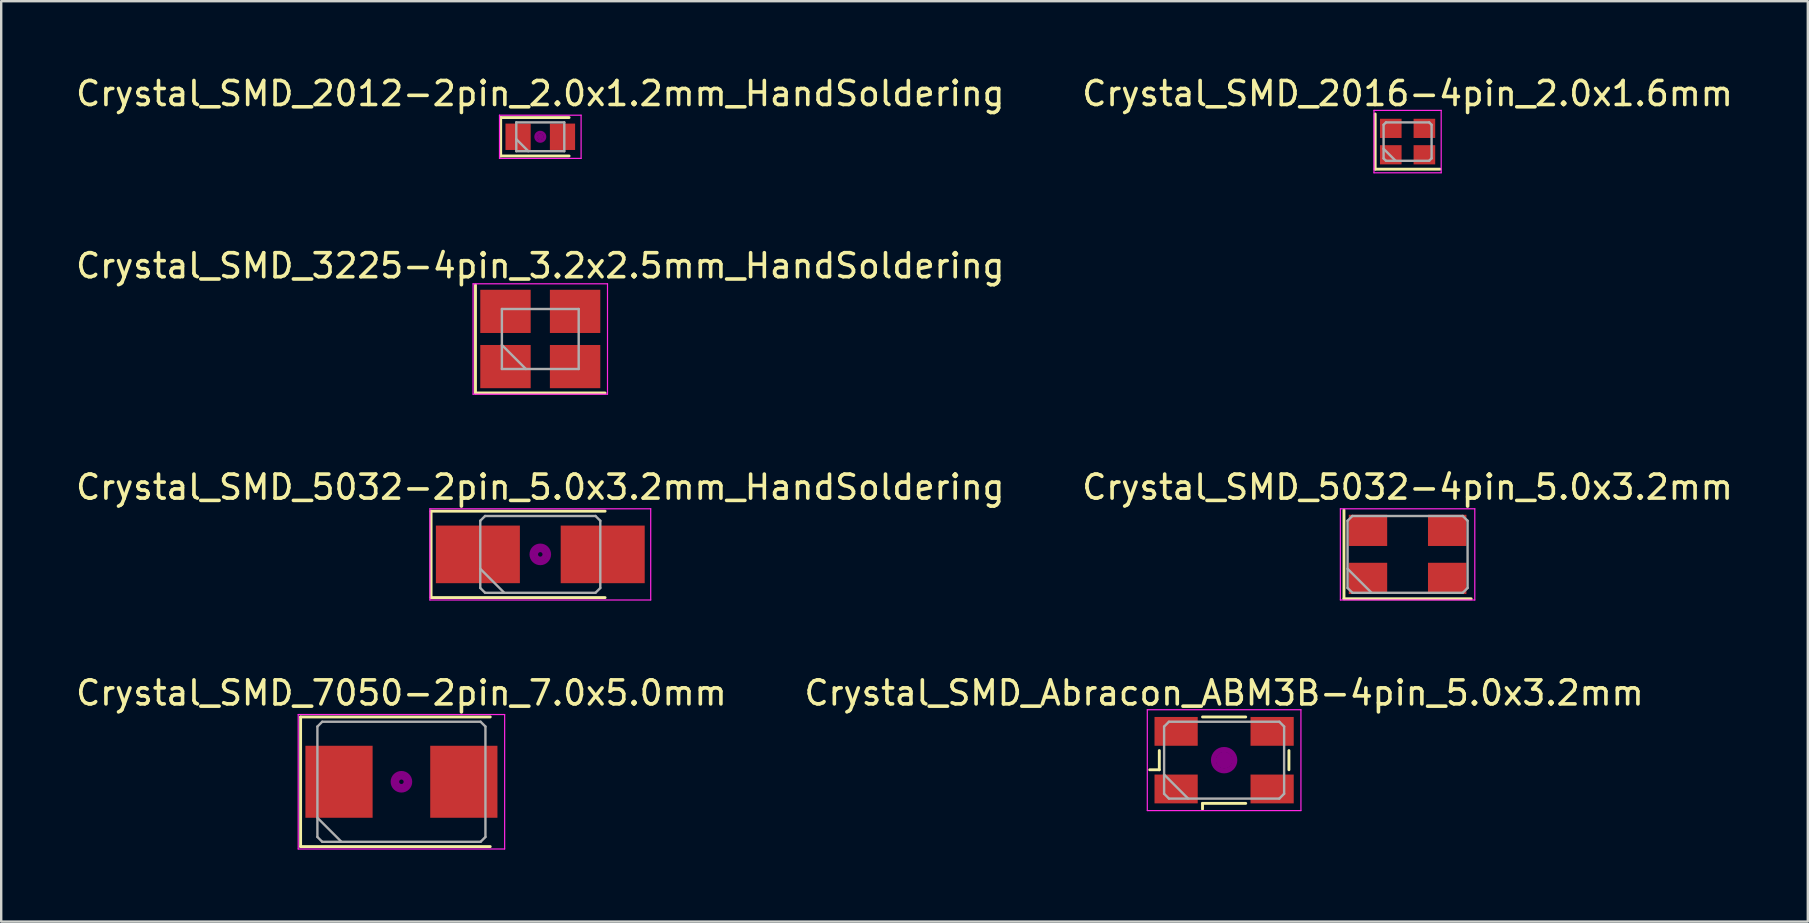
<source format=kicad_pcb>
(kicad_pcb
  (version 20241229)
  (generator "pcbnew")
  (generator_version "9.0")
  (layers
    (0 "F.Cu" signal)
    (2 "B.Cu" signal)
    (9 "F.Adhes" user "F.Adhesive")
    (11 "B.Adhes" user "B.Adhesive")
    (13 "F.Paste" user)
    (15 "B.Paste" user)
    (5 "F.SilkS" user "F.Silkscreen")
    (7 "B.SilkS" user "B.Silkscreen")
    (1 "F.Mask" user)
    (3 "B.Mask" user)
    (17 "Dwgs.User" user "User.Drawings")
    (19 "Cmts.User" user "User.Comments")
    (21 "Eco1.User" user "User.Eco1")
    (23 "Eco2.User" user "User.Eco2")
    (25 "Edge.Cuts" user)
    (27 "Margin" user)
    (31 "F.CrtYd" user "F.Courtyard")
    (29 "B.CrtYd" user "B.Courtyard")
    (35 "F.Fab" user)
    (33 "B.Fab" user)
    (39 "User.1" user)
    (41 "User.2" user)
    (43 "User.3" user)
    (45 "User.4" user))
  (footprint "Crystal_SMD_7050-2pin_7.0x5.0mm"
    (layer "F.Cu")
    (at 13.673 29.518)
    (property "Reference" "Crystal_SMD_7050-2pin_7.0x5.0mm" (at 0 -3.7 0) (layer "F.SilkS") (effects (font (size 1 1) (thickness 0.15))))
    (attr smd)
    (fp_line (start -4.2 -2.7) (end -4.2 2.7) (stroke (width 0.12) (type solid)) (layer "F.SilkS"))
    (fp_line (start -4.2 2.7) (end 3.7 2.7) (stroke (width 0.12) (type solid)) (layer "F.SilkS"))
    (fp_line (start 3.7 -2.7) (end -4.2 -2.7) (stroke (width 0.12) (type solid)) (layer "F.SilkS"))
    (fp_circle (center 0 0) (end 0.093 0) (stroke (width 0.187) (type solid)) (fill no) (layer "F.Adhes"))
    (fp_circle (center 0 0) (end 0.213 0) (stroke (width 0.133) (type solid)) (fill no) (layer "F.Adhes"))
    (fp_circle (center 0 0) (end 0.333 0) (stroke (width 0.133) (type solid)) (fill no) (layer "F.Adhes"))
    (fp_circle (center 0 0) (end 0.4 0) (stroke (width 0.1) (type solid)) (fill no) (layer "F.Adhes"))
    (fp_line (start -4.3 -2.8) (end -4.3 2.8) (stroke (width 0.05) (type solid)) (layer "F.CrtYd"))
    (fp_line (start -4.3 2.8) (end 4.3 2.8) (stroke (width 0.05) (type solid)) (layer "F.CrtYd"))
    (fp_line (start 4.3 -2.8) (end -4.3 -2.8) (stroke (width 0.05) (type solid)) (layer "F.CrtYd"))
    (fp_line (start 4.3 2.8) (end 4.3 -2.8) (stroke (width 0.05) (type solid)) (layer "F.CrtYd"))
    (fp_line (start -3.5 -2.3) (end -3.3 -2.5) (stroke (width 0.1) (type solid)) (layer "F.Fab"))
    (fp_line (start -3.5 1.5) (end -2.5 2.5) (stroke (width 0.1) (type solid)) (layer "F.Fab"))
    (fp_line (start -3.5 2.3) (end -3.5 -2.3) (stroke (width 0.1) (type solid)) (layer "F.Fab"))
    (fp_line (start -3.3 -2.5) (end 3.3 -2.5) (stroke (width 0.1) (type solid)) (layer "F.Fab"))
    (fp_line (start -3.3 2.5) (end -3.5 2.3) (stroke (width 0.1) (type solid)) (layer "F.Fab"))
    (fp_line (start 3.3 -2.5) (end 3.5 -2.3) (stroke (width 0.1) (type solid)) (layer "F.Fab"))
    (fp_line (start 3.3 2.5) (end -3.3 2.5) (stroke (width 0.1) (type solid)) (layer "F.Fab"))
    (fp_line (start 3.5 -2.3) (end 3.5 2.3) (stroke (width 0.1) (type solid)) (layer "F.Fab"))
    (fp_line (start 3.5 2.3) (end 3.3 2.5) (stroke (width 0.1) (type solid)) (layer "F.Fab"))
    (pad "1" smd rect (at -2.6 0) (size 2.8 3) (layers "F.Cu" "F.Mask"))
    (pad "2" smd rect (at 2.6 0) (size 2.8 3) (layers "F.Cu" "F.Mask")))
  (footprint "Crystal_SMD_Abracon_ABM3B-4pin_5.0x3.2mm"
    (layer "F.Cu")
    (at 47.946 28.618)
    (property "Reference" "Crystal_SMD_Abracon_ABM3B-4pin_5.0x3.2mm" (at 0 -2.8 0) (layer "F.SilkS") (effects (font (size 1 1) (thickness 0.15))))
    (attr smd)
    (fp_line (start -3.1 0.4) (end -2.7 0.4) (stroke (width 0.12) (type solid)) (layer "F.SilkS"))
    (fp_line (start -2.7 0.4) (end -2.7 -0.4) (stroke (width 0.12) (type solid)) (layer "F.SilkS"))
    (fp_line (start -0.9 -1.8) (end 0.9 -1.8) (stroke (width 0.12) (type solid)) (layer "F.SilkS"))
    (fp_line (start -0.9 1.8) (end -0.9 2.04) (stroke (width 0.12) (type solid)) (layer "F.SilkS"))
    (fp_line (start 0.9 1.8) (end -0.9 1.8) (stroke (width 0.12) (type solid)) (layer "F.SilkS"))
    (fp_line (start 2.7 -0.4) (end 2.7 0.4) (stroke (width 0.12) (type solid)) (layer "F.SilkS"))
    (fp_circle (center 0 0) (end 0.117 0) (stroke (width 0.233) (type solid)) (fill no) (layer "F.Adhes"))
    (fp_circle (center 0 0) (end 0.267 0) (stroke (width 0.167) (type solid)) (fill no) (layer "F.Adhes"))
    (fp_circle (center 0 0) (end 0.417 0) (stroke (width 0.167) (type solid)) (fill no) (layer "F.Adhes"))
    (fp_circle (center 0 0) (end 0.5 0) (stroke (width 0.1) (type solid)) (fill no) (layer "F.Adhes"))
    (fp_line (start -3.2 -2.1) (end -3.2 2.1) (stroke (width 0.05) (type solid)) (layer "F.CrtYd"))
    (fp_line (start -3.2 2.1) (end 3.2 2.1) (stroke (width 0.05) (type solid)) (layer "F.CrtYd"))
    (fp_line (start 3.2 -2.1) (end -3.2 -2.1) (stroke (width 0.05) (type solid)) (layer "F.CrtYd"))
    (fp_line (start 3.2 2.1) (end 3.2 -2.1) (stroke (width 0.05) (type solid)) (layer "F.CrtYd"))
    (fp_line (start -2.5 -1.4) (end -2.3 -1.6) (stroke (width 0.1) (type solid)) (layer "F.Fab"))
    (fp_line (start -2.5 0.6) (end -1.5 1.6) (stroke (width 0.1) (type solid)) (layer "F.Fab"))
    (fp_line (start -2.5 1.4) (end -2.5 -1.4) (stroke (width 0.1) (type solid)) (layer "F.Fab"))
    (fp_line (start -2.3 -1.6) (end 2.3 -1.6) (stroke (width 0.1) (type solid)) (layer "F.Fab"))
    (fp_line (start -2.3 1.6) (end -2.5 1.4) (stroke (width 0.1) (type solid)) (layer "F.Fab"))
    (fp_line (start 2.3 -1.6) (end 2.5 -1.4) (stroke (width 0.1) (type solid)) (layer "F.Fab"))
    (fp_line (start 2.3 1.6) (end -2.3 1.6) (stroke (width 0.1) (type solid)) (layer "F.Fab"))
    (fp_line (start 2.5 -1.4) (end 2.5 1.4) (stroke (width 0.1) (type solid)) (layer "F.Fab"))
    (fp_line (start 2.5 1.4) (end 2.3 1.6) (stroke (width 0.1) (type solid)) (layer "F.Fab"))
    (pad "1" smd rect (at -2 1.2) (size 1.8 1.2) (layers "F.Cu" "F.Mask"))
    (pad "2" smd rect (at 2 1.2) (size 1.8 1.2) (layers "F.Cu" "F.Mask"))
    (pad "3" smd rect (at 2 -1.2) (size 1.8 1.2) (layers "F.Cu" "F.Mask"))
    (pad "4" smd rect (at -2 -1.2) (size 1.8 1.2) (layers "F.Cu" "F.Mask")))
  (footprint "Crystal_SMD_5032-2pin_5.0x3.2mm_HandSoldering"
    (layer "F.Cu")
    (at 19.458 20.045)
    (property "Reference" "Crystal_SMD_5032-2pin_5.0x3.2mm_HandSoldering" (at 0 -2.8 0) (layer "F.SilkS") (effects (font (size 1 1) (thickness 0.15))))
    (attr smd)
    (fp_line (start -4.55 -1.8) (end -4.55 1.8) (stroke (width 0.12) (type solid)) (layer "F.SilkS"))
    (fp_line (start -4.55 1.8) (end 2.7 1.8) (stroke (width 0.12) (type solid)) (layer "F.SilkS"))
    (fp_line (start 2.7 -1.8) (end -4.55 -1.8) (stroke (width 0.12) (type solid)) (layer "F.SilkS"))
    (fp_circle (center 0 0) (end 0.093 0) (stroke (width 0.187) (type solid)) (fill no) (layer "F.Adhes"))
    (fp_circle (center 0 0) (end 0.213 0) (stroke (width 0.133) (type solid)) (fill no) (layer "F.Adhes"))
    (fp_circle (center 0 0) (end 0.333 0) (stroke (width 0.133) (type solid)) (fill no) (layer "F.Adhes"))
    (fp_circle (center 0 0) (end 0.4 0) (stroke (width 0.1) (type solid)) (fill no) (layer "F.Adhes"))
    (fp_line (start -4.6 -1.9) (end -4.6 1.9) (stroke (width 0.05) (type solid)) (layer "F.CrtYd"))
    (fp_line (start -4.6 1.9) (end 4.6 1.9) (stroke (width 0.05) (type solid)) (layer "F.CrtYd"))
    (fp_line (start 4.6 -1.9) (end -4.6 -1.9) (stroke (width 0.05) (type solid)) (layer "F.CrtYd"))
    (fp_line (start 4.6 1.9) (end 4.6 -1.9) (stroke (width 0.05) (type solid)) (layer "F.CrtYd"))
    (fp_line (start -2.5 -1.4) (end -2.3 -1.6) (stroke (width 0.1) (type solid)) (layer "F.Fab"))
    (fp_line (start -2.5 0.6) (end -1.5 1.6) (stroke (width 0.1) (type solid)) (layer "F.Fab"))
    (fp_line (start -2.5 1.4) (end -2.5 -1.4) (stroke (width 0.1) (type solid)) (layer "F.Fab"))
    (fp_line (start -2.3 -1.6) (end 2.3 -1.6) (stroke (width 0.1) (type solid)) (layer "F.Fab"))
    (fp_line (start -2.3 1.6) (end -2.5 1.4) (stroke (width 0.1) (type solid)) (layer "F.Fab"))
    (fp_line (start 2.3 -1.6) (end 2.5 -1.4) (stroke (width 0.1) (type solid)) (layer "F.Fab"))
    (fp_line (start 2.3 1.6) (end -2.3 1.6) (stroke (width 0.1) (type solid)) (layer "F.Fab"))
    (fp_line (start 2.5 -1.4) (end 2.5 1.4) (stroke (width 0.1) (type solid)) (layer "F.Fab"))
    (fp_line (start 2.5 1.4) (end 2.3 1.6) (stroke (width 0.1) (type solid)) (layer "F.Fab"))
    (pad "1" smd rect (at -2.6 0) (size 3.5 2.4) (layers "F.Cu" "F.Mask"))
    (pad "2" smd rect (at 2.6 0) (size 3.5 2.4) (layers "F.Cu" "F.Mask")))
  (footprint "Crystal_SMD_5032-4pin_5.0x3.2mm"
    (layer "F.Cu")
    (at 55.589 20.045)
    (property "Reference" "Crystal_SMD_5032-4pin_5.0x3.2mm" (at 0 -2.8 0) (layer "F.SilkS") (effects (font (size 1 1) (thickness 0.15))))
    (attr smd)
    (fp_line (start -2.65 -1.85) (end -2.65 1.85) (stroke (width 0.12) (type solid)) (layer "F.SilkS"))
    (fp_line (start -2.65 1.85) (end 2.65 1.85) (stroke (width 0.12) (type solid)) (layer "F.SilkS"))
    (fp_line (start -2.8 -1.9) (end -2.8 1.9) (stroke (width 0.05) (type solid)) (layer "F.CrtYd"))
    (fp_line (start -2.8 1.9) (end 2.8 1.9) (stroke (width 0.05) (type solid)) (layer "F.CrtYd"))
    (fp_line (start 2.8 -1.9) (end -2.8 -1.9) (stroke (width 0.05) (type solid)) (layer "F.CrtYd"))
    (fp_line (start 2.8 1.9) (end 2.8 -1.9) (stroke (width 0.05) (type solid)) (layer "F.CrtYd"))
    (fp_line (start -2.5 -1.4) (end -2.3 -1.6) (stroke (width 0.1) (type solid)) (layer "F.Fab"))
    (fp_line (start -2.5 0.6) (end -1.5 1.6) (stroke (width 0.1) (type solid)) (layer "F.Fab"))
    (fp_line (start -2.5 1.4) (end -2.5 -1.4) (stroke (width 0.1) (type solid)) (layer "F.Fab"))
    (fp_line (start -2.3 -1.6) (end 2.3 -1.6) (stroke (width 0.1) (type solid)) (layer "F.Fab"))
    (fp_line (start -2.3 1.6) (end -2.5 1.4) (stroke (width 0.1) (type solid)) (layer "F.Fab"))
    (fp_line (start 2.3 -1.6) (end 2.5 -1.4) (stroke (width 0.1) (type solid)) (layer "F.Fab"))
    (fp_line (start 2.3 1.6) (end -2.3 1.6) (stroke (width 0.1) (type solid)) (layer "F.Fab"))
    (fp_line (start 2.5 -1.4) (end 2.5 1.4) (stroke (width 0.1) (type solid)) (layer "F.Fab"))
    (fp_line (start 2.5 1.4) (end 2.3 1.6) (stroke (width 0.1) (type solid)) (layer "F.Fab"))
    (pad "1" smd rect (at -1.65 1) (size 1.6 1.3) (layers "F.Cu" "F.Mask"))
    (pad "2" smd rect (at 1.65 1) (size 1.6 1.3) (layers "F.Cu" "F.Mask"))
    (pad "3" smd rect (at 1.65 -1) (size 1.6 1.3) (layers "F.Cu" "F.Mask"))
    (pad "4" smd rect (at -1.65 -1) (size 1.6 1.3) (layers "F.Cu" "F.Mask")))
  (footprint "Crystal_SMD_2012-2pin_2.0x1.2mm_HandSoldering"
    (layer "F.Cu")
    (at 19.458 2.648)
    (property "Reference" "Crystal_SMD_2012-2pin_2.0x1.2mm_HandSoldering" (at 0 -1.8 0) (layer "F.SilkS") (effects (font (size 1 1) (thickness 0.15))))
    (attr smd)
    (fp_line (start -1.65 -0.8) (end -1.65 0.8) (stroke (width 0.12) (type solid)) (layer "F.SilkS"))
    (fp_line (start -1.65 0.8) (end 1.2 0.8) (stroke (width 0.12) (type solid)) (layer "F.SilkS"))
    (fp_line (start 1.2 -0.8) (end -1.65 -0.8) (stroke (width 0.12) (type solid)) (layer "F.SilkS"))
    (fp_circle (center 0 0) (end 0.047 0) (stroke (width 0.093) (type solid)) (fill no) (layer "F.Adhes"))
    (fp_circle (center 0 0) (end 0.107 0) (stroke (width 0.067) (type solid)) (fill no) (layer "F.Adhes"))
    (fp_circle (center 0 0) (end 0.167 0) (stroke (width 0.067) (type solid)) (fill no) (layer "F.Adhes"))
    (fp_circle (center 0 0) (end 0.2 0) (stroke (width 0.1) (type solid)) (fill no) (layer "F.Adhes"))
    (fp_line (start -1.7 -0.9) (end -1.7 0.9) (stroke (width 0.05) (type solid)) (layer "F.CrtYd"))
    (fp_line (start -1.7 0.9) (end 1.7 0.9) (stroke (width 0.05) (type solid)) (layer "F.CrtYd"))
    (fp_line (start 1.7 -0.9) (end -1.7 -0.9) (stroke (width 0.05) (type solid)) (layer "F.CrtYd"))
    (fp_line (start 1.7 0.9) (end 1.7 -0.9) (stroke (width 0.05) (type solid)) (layer "F.CrtYd"))
    (fp_line (start -1 -0.6) (end -1 0.6) (stroke (width 0.1) (type solid)) (layer "F.Fab"))
    (fp_line (start -1 0.1) (end -0.5 0.6) (stroke (width 0.1) (type solid)) (layer "F.Fab"))
    (fp_line (start -1 0.6) (end 1 0.6) (stroke (width 0.1) (type solid)) (layer "F.Fab"))
    (fp_line (start 1 -0.6) (end -1 -0.6) (stroke (width 0.1) (type solid)) (layer "F.Fab"))
    (fp_line (start 1 0.6) (end 1 -0.6) (stroke (width 0.1) (type solid)) (layer "F.Fab"))
    (pad "1" smd rect (at -0.925 0) (size 1.05 1.1) (layers "F.Cu" "F.Mask"))
    (pad "2" smd rect (at 0.925 0) (size 1.05 1.1) (layers "F.Cu" "F.Mask")))
  (footprint "Crystal_SMD_3225-4pin_3.2x2.5mm_HandSoldering"
    (layer "F.Cu")
    (at 19.458 11.072)
    (property "Reference" "Crystal_SMD_3225-4pin_3.2x2.5mm_HandSoldering" (at 0 -3.05 0) (layer "F.SilkS") (effects (font (size 1 1) (thickness 0.15))))
    (attr smd)
    (fp_line (start -2.7 -2.25) (end -2.7 2.25) (stroke (width 0.12) (type solid)) (layer "F.SilkS"))
    (fp_line (start -2.7 2.25) (end 2.7 2.25) (stroke (width 0.12) (type solid)) (layer "F.SilkS"))
    (fp_line (start -2.8 -2.3) (end -2.8 2.3) (stroke (width 0.05) (type solid)) (layer "F.CrtYd"))
    (fp_line (start -2.8 2.3) (end 2.8 2.3) (stroke (width 0.05) (type solid)) (layer "F.CrtYd"))
    (fp_line (start 2.8 -2.3) (end -2.8 -2.3) (stroke (width 0.05) (type solid)) (layer "F.CrtYd"))
    (fp_line (start 2.8 2.3) (end 2.8 -2.3) (stroke (width 0.05) (type solid)) (layer "F.CrtYd"))
    (fp_line (start -1.6 -1.25) (end -1.6 1.25) (stroke (width 0.1) (type solid)) (layer "F.Fab"))
    (fp_line (start -1.6 0.25) (end -0.6 1.25) (stroke (width 0.1) (type solid)) (layer "F.Fab"))
    (fp_line (start -1.6 1.25) (end 1.6 1.25) (stroke (width 0.1) (type solid)) (layer "F.Fab"))
    (fp_line (start 1.6 -1.25) (end -1.6 -1.25) (stroke (width 0.1) (type solid)) (layer "F.Fab"))
    (fp_line (start 1.6 1.25) (end 1.6 -1.25) (stroke (width 0.1) (type solid)) (layer "F.Fab"))
    (pad "1" smd rect (at -1.45 1.15) (size 2.1 1.8) (layers "F.Cu" "F.Mask"))
    (pad "2" smd rect (at 1.45 1.15) (size 2.1 1.8) (layers "F.Cu" "F.Mask"))
    (pad "3" smd rect (at 1.45 -1.15) (size 2.1 1.8) (layers "F.Cu" "F.Mask"))
    (pad "4" smd rect (at -1.45 -1.15) (size 2.1 1.8) (layers "F.Cu" "F.Mask")))
  (footprint "Crystal_SMD_2016-4pin_2.0x1.6mm"
    (layer "F.Cu")
    (at 55.589 2.848)
    (property "Reference" "Crystal_SMD_2016-4pin_2.0x1.6mm" (at 0 -2 0) (layer "F.SilkS") (effects (font (size 1 1) (thickness 0.15))))
    (attr smd)
    (fp_line (start -1.35 -1.15) (end -1.35 1.15) (stroke (width 0.12) (type solid)) (layer "F.SilkS"))
    (fp_line (start -1.35 1.15) (end 1.35 1.15) (stroke (width 0.12) (type solid)) (layer "F.SilkS"))
    (fp_line (start -1.4 -1.3) (end -1.4 1.3) (stroke (width 0.05) (type solid)) (layer "F.CrtYd"))
    (fp_line (start -1.4 1.3) (end 1.4 1.3) (stroke (width 0.05) (type solid)) (layer "F.CrtYd"))
    (fp_line (start 1.4 -1.3) (end -1.4 -1.3) (stroke (width 0.05) (type solid)) (layer "F.CrtYd"))
    (fp_line (start 1.4 1.3) (end 1.4 -1.3) (stroke (width 0.05) (type solid)) (layer "F.CrtYd"))
    (fp_line (start -1 -0.7) (end -0.9 -0.8) (stroke (width 0.1) (type solid)) (layer "F.Fab"))
    (fp_line (start -1 0.3) (end -0.5 0.8) (stroke (width 0.1) (type solid)) (layer "F.Fab"))
    (fp_line (start -1 0.7) (end -1 -0.7) (stroke (width 0.1) (type solid)) (layer "F.Fab"))
    (fp_line (start -0.9 -0.8) (end 0.9 -0.8) (stroke (width 0.1) (type solid)) (layer "F.Fab"))
    (fp_line (start -0.9 0.8) (end -1 0.7) (stroke (width 0.1) (type solid)) (layer "F.Fab"))
    (fp_line (start 0.9 -0.8) (end 1 -0.7) (stroke (width 0.1) (type solid)) (layer "F.Fab"))
    (fp_line (start 0.9 0.8) (end -0.9 0.8) (stroke (width 0.1) (type solid)) (layer "F.Fab"))
    (fp_line (start 1 -0.7) (end 1 0.7) (stroke (width 0.1) (type solid)) (layer "F.Fab"))
    (fp_line (start 1 0.7) (end 0.9 0.8) (stroke (width 0.1) (type solid)) (layer "F.Fab"))
    (pad "1" smd rect (at -0.7 0.55) (size 0.9 0.8) (layers "F.Cu" "F.Mask"))
    (pad "2" smd rect (at 0.7 0.55) (size 0.9 0.8) (layers "F.Cu" "F.Mask"))
    (pad "3" smd rect (at 0.7 -0.55) (size 0.9 0.8) (layers "F.Cu" "F.Mask"))
    (pad "4" smd rect (at -0.7 -0.55) (size 0.9 0.8) (layers "F.Cu" "F.Mask")))
  (gr_rect
    (start -3 -3)
    (end 72.262 35.343)
    (stroke (width 0.1) (type default))
    (fill no)
    (layer "Edge.Cuts")))
</source>
